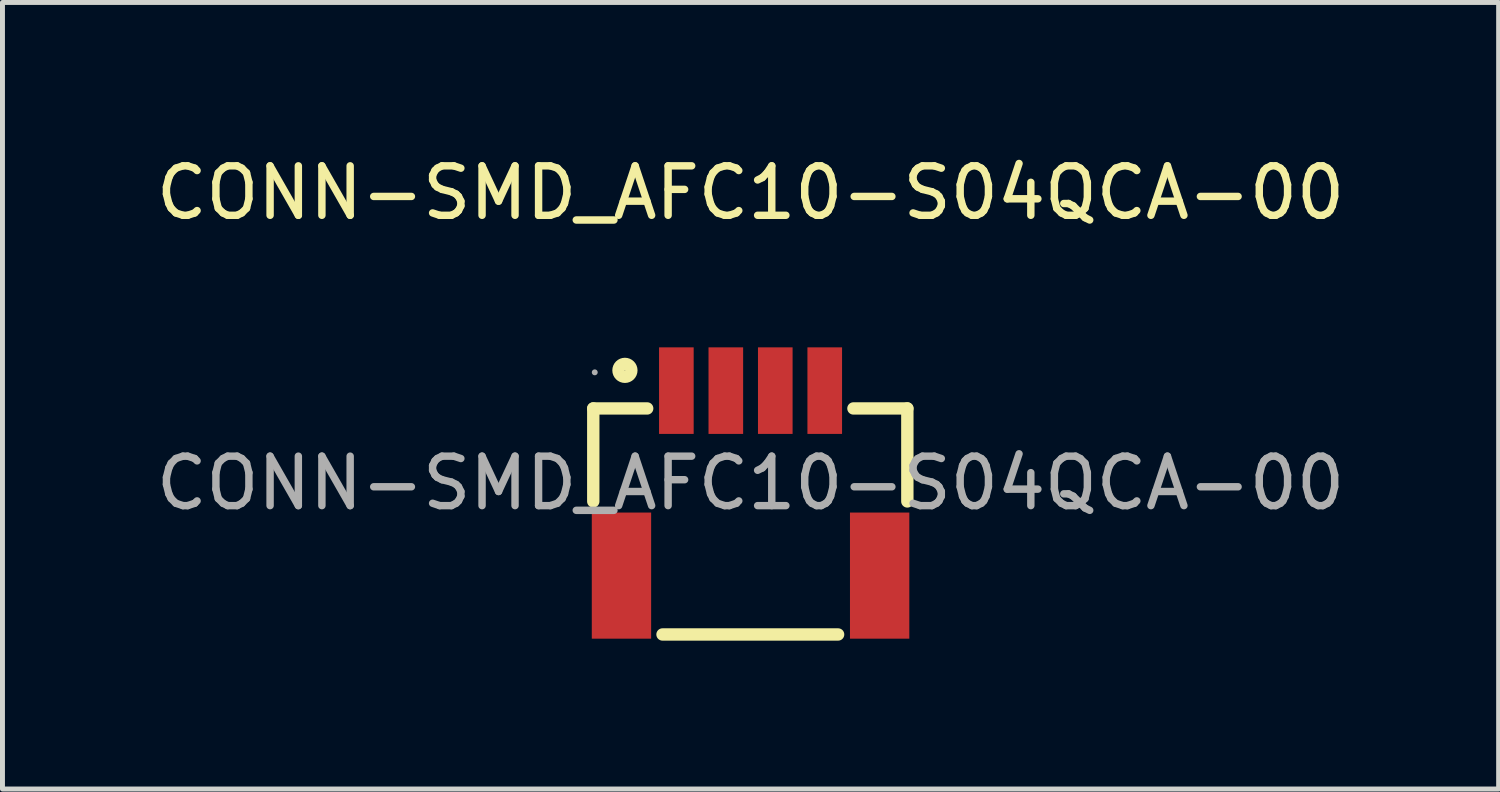
<source format=kicad_pcb>
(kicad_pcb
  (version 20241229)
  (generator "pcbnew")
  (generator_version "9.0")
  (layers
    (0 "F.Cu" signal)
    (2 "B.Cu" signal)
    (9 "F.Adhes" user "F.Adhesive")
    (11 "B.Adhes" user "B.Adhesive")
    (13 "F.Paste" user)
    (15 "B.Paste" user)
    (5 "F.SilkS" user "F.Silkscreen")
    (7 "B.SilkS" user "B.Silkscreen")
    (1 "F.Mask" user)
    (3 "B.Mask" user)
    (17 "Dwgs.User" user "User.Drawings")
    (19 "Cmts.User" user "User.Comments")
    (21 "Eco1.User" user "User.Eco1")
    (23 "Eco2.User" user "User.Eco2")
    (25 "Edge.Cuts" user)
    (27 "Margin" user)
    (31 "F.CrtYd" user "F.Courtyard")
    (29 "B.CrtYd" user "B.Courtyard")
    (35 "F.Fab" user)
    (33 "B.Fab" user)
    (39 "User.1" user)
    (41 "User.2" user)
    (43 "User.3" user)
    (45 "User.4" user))
  (footprint "CONN-SMD_AFC10-S04QCA-00"
    (layer "F.Cu")
    (at 12.125 6.718)
    (property "Reference" "CONN-SMD_AFC10-S04QCA-00" (at 0 -5.87 0) (layer "F.SilkS") (effects (font (size 1 1) (thickness 0.15))))
    (attr smd)
    (fp_line (start -3.18 -1.51) (end -2.09 -1.51) (stroke (width 0.25) (type solid)) (layer "F.SilkS"))
    (fp_line (start -3.18 0.37) (end -3.18 -1.51) (stroke (width 0.25) (type solid)) (layer "F.SilkS"))
    (fp_line (start -1.78 3.06) (end 1.77 3.06) (stroke (width 0.25) (type solid)) (layer "F.SilkS"))
    (fp_line (start 2.08 -1.51) (end 3.17 -1.51) (stroke (width 0.25) (type solid)) (layer "F.SilkS"))
    (fp_line (start 3.17 -1.51) (end 3.17 0.37) (stroke (width 0.25) (type solid)) (layer "F.SilkS"))
    (fp_circle (center -2.54 -2.28) (end -2.41 -2.28) (stroke (width 0.25) (type solid)) (fill no) (layer "F.SilkS"))
    (fp_circle (center -3.15 -2.24) (end -3.12 -2.24) (stroke (width 0.06) (type solid)) (fill no) (layer "F.Fab"))
    (fp_text user "${REFERENCE}" (at 0 0 0) (layer "F.Fab") (effects (font (size 1 1) (thickness 0.15))))
    (pad "1" smd rect (at -1.5 -1.87) (size 0.7 1.75) (layers "F.Cu" "F.Mask" "F.Paste"))
    (pad "2" smd rect (at -0.5 -1.87) (size 0.7 1.75) (layers "F.Cu" "F.Mask" "F.Paste"))
    (pad "3" smd rect (at 0.5 -1.87) (size 0.7 1.75) (layers "F.Cu" "F.Mask" "F.Paste"))
    (pad "4" smd rect (at 1.5 -1.87) (size 0.7 1.75) (layers "F.Cu" "F.Mask" "F.Paste"))
    (pad "5" smd rect (at -2.61 1.87) (size 1.2 2.55) (layers "F.Cu" "F.Mask" "F.Paste"))
    (pad "6" smd rect (at 2.61 1.87) (size 1.2 2.55) (layers "F.Cu" "F.Mask" "F.Paste")))
  (gr_rect
    (start -3 -3)
    (end 27.25 12.903)
    (stroke (width 0.1) (type default))
    (fill no)
    (layer "Edge.Cuts")))
</source>
